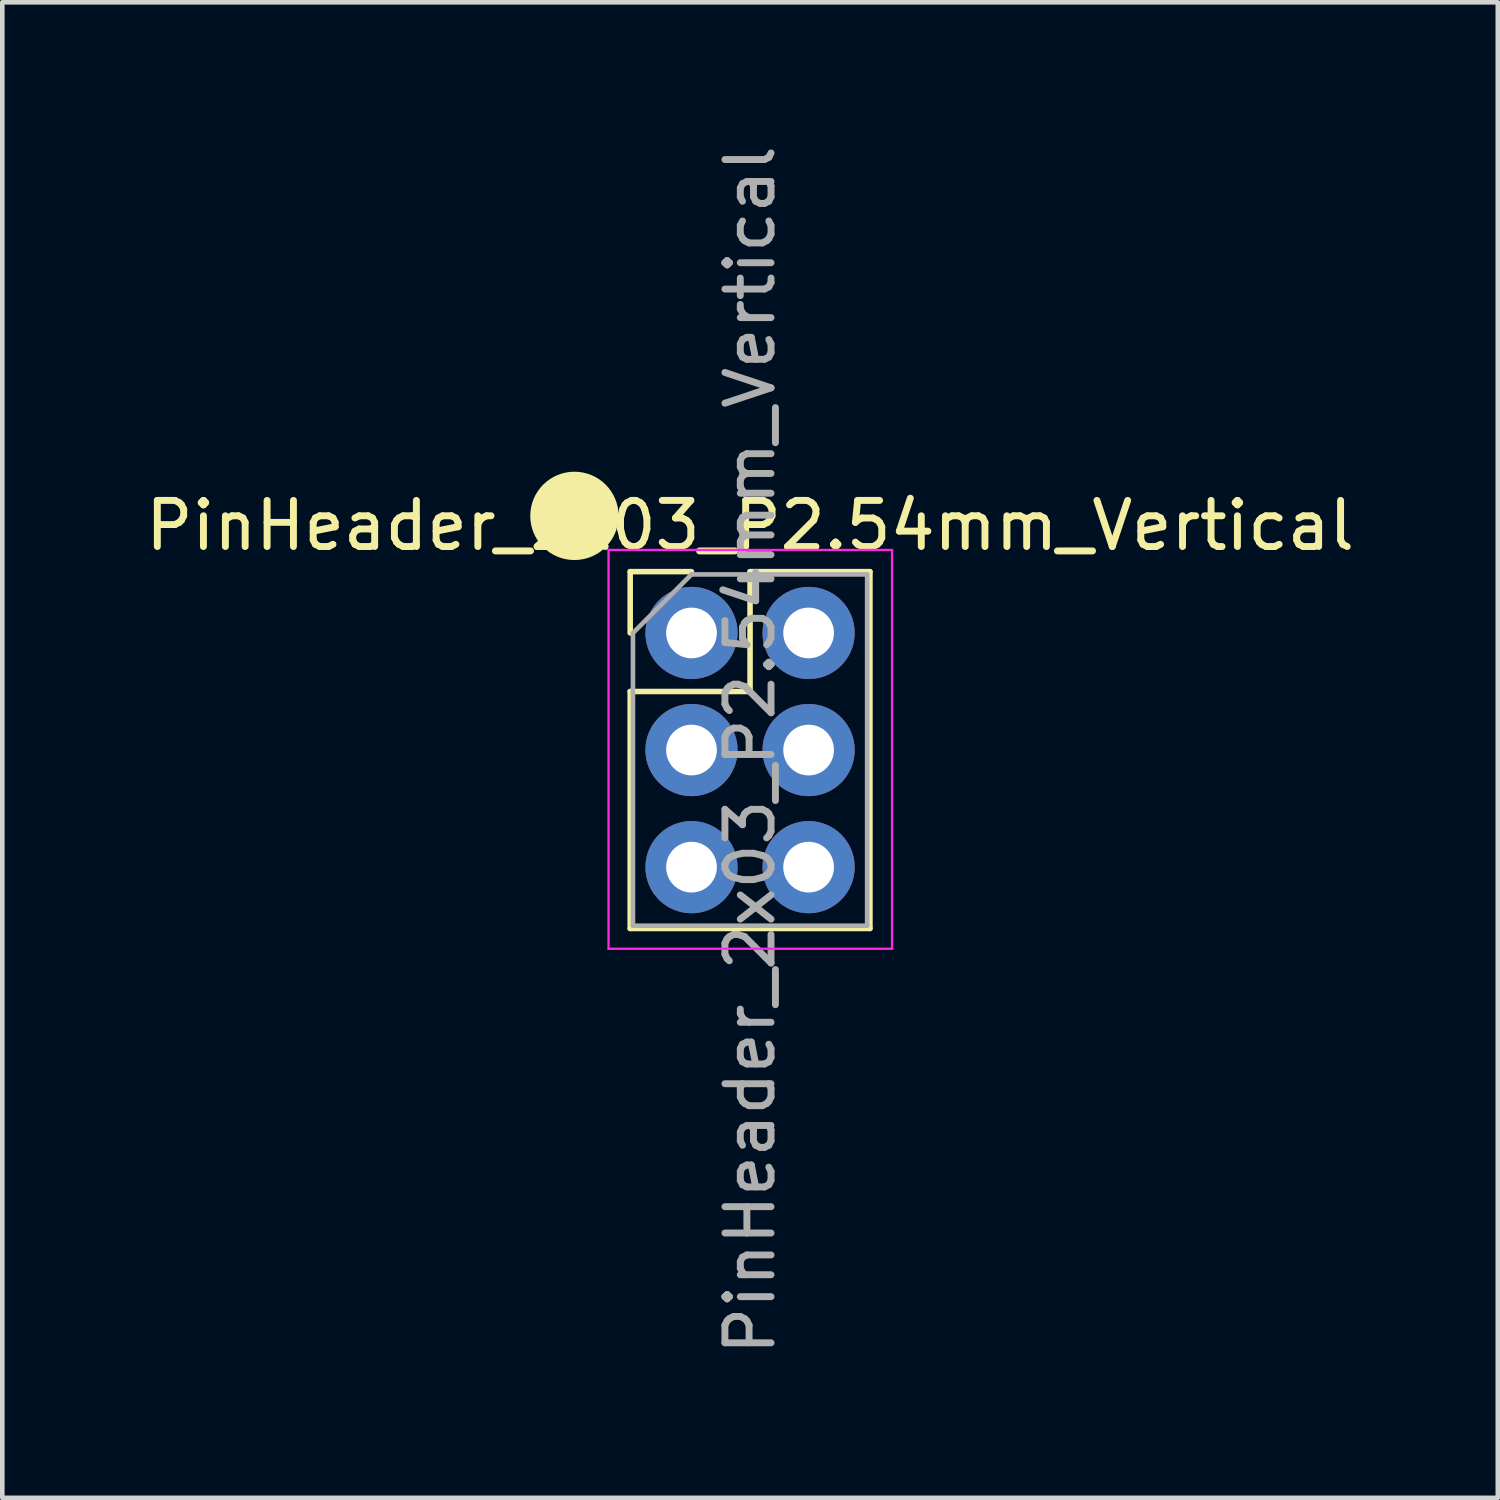
<source format=kicad_pcb>
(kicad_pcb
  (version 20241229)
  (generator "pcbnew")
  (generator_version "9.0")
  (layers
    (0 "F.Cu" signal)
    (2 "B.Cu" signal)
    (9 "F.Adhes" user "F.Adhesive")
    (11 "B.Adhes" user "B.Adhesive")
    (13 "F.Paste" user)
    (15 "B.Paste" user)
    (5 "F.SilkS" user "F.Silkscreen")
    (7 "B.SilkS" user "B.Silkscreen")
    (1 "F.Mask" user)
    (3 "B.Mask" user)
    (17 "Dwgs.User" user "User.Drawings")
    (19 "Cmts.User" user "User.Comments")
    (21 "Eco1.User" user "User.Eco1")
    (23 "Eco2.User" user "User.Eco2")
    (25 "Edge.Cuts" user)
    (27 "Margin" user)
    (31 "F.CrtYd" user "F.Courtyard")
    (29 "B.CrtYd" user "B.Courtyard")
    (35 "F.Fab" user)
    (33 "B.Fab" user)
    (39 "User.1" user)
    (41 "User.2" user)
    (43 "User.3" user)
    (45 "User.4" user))
  (footprint "PinHeader_2x03_P2.54mm_Vertical"
    (layer "F.Cu")
    (at 11.95 10.68)
    (property "Reference" "PinHeader_2x03_P2.54mm_Vertical" (at 1.27 -2.33 0) (layer "F.SilkS") (effects (font (size 1 1) (thickness 0.15))))
    (attr through_hole)
    (fp_line (start -1.33 -1.33) (end 0 -1.33) (stroke (width 0.12) (type solid)) (layer "F.SilkS"))
    (fp_line (start -1.33 0) (end -1.33 -1.33) (stroke (width 0.12) (type solid)) (layer "F.SilkS"))
    (fp_line (start -1.33 1.27) (end -1.33 6.41) (stroke (width 0.12) (type solid)) (layer "F.SilkS"))
    (fp_line (start -1.33 1.27) (end 1.27 1.27) (stroke (width 0.12) (type solid)) (layer "F.SilkS"))
    (fp_line (start -1.33 6.41) (end 3.87 6.41) (stroke (width 0.12) (type solid)) (layer "F.SilkS"))
    (fp_line (start 1.27 -1.33) (end 3.87 -1.33) (stroke (width 0.12) (type solid)) (layer "F.SilkS"))
    (fp_line (start 1.27 1.27) (end 1.27 -1.33) (stroke (width 0.12) (type solid)) (layer "F.SilkS"))
    (fp_line (start 3.87 -1.33) (end 3.87 6.41) (stroke (width 0.12) (type solid)) (layer "F.SilkS"))
    (fp_circle (center -2.54 -2.54) (end -1.642 -2.54) (stroke (width 0.12) (type solid)) (fill yes) (layer "F.SilkS"))
    (fp_line (start -1.8 -1.8) (end -1.8 6.85) (stroke (width 0.05) (type solid)) (layer "F.CrtYd"))
    (fp_line (start -1.8 6.85) (end 4.35 6.85) (stroke (width 0.05) (type solid)) (layer "F.CrtYd"))
    (fp_line (start 4.35 -1.8) (end -1.8 -1.8) (stroke (width 0.05) (type solid)) (layer "F.CrtYd"))
    (fp_line (start 4.35 6.85) (end 4.35 -1.8) (stroke (width 0.05) (type solid)) (layer "F.CrtYd"))
    (fp_line (start -1.27 0) (end 0 -1.27) (stroke (width 0.1) (type solid)) (layer "F.Fab"))
    (fp_line (start -1.27 6.35) (end -1.27 0) (stroke (width 0.1) (type solid)) (layer "F.Fab"))
    (fp_line (start 0 -1.27) (end 3.81 -1.27) (stroke (width 0.1) (type solid)) (layer "F.Fab"))
    (fp_line (start 3.81 -1.27) (end 3.81 6.35) (stroke (width 0.1) (type solid)) (layer "F.Fab"))
    (fp_line (start 3.81 6.35) (end -1.27 6.35) (stroke (width 0.1) (type solid)) (layer "F.Fab"))
    (fp_text user "${REFERENCE}" (at 1.27 2.54 90) (layer "F.Fab") (effects (font (size 1 1) (thickness 0.15))))
    (pad "GND" thru_hole circle (at 2.54 5.08) (size 2 2) (drill 1.1) (layers "*.Cu" "*.Mask"))
    (pad "MISO" thru_hole circle (at 0 0) (size 2 2) (drill 1.1) (layers "*.Cu" "*.Mask"))
    (pad "MOSI" thru_hole circle (at 2.54 2.54) (size 2 2) (drill 1.1) (layers "*.Cu" "*.Mask"))
    (pad "RST" thru_hole circle (at 0 5.08) (size 2 2) (drill 1.1) (layers "*.Cu" "*.Mask"))
    (pad "SCK" thru_hole circle (at 0 2.54) (size 2 2) (drill 1.1) (layers "*.Cu" "*.Mask"))
    (pad "VCC" thru_hole circle (at 2.54 0) (size 2 2) (drill 1.1) (layers "*.Cu" "*.Mask")))
  (gr_rect
    (start -3 -3)
    (end 29.44 29.44)
    (stroke (width 0.1) (type default))
    (fill no)
    (layer "Edge.Cuts")))
</source>
